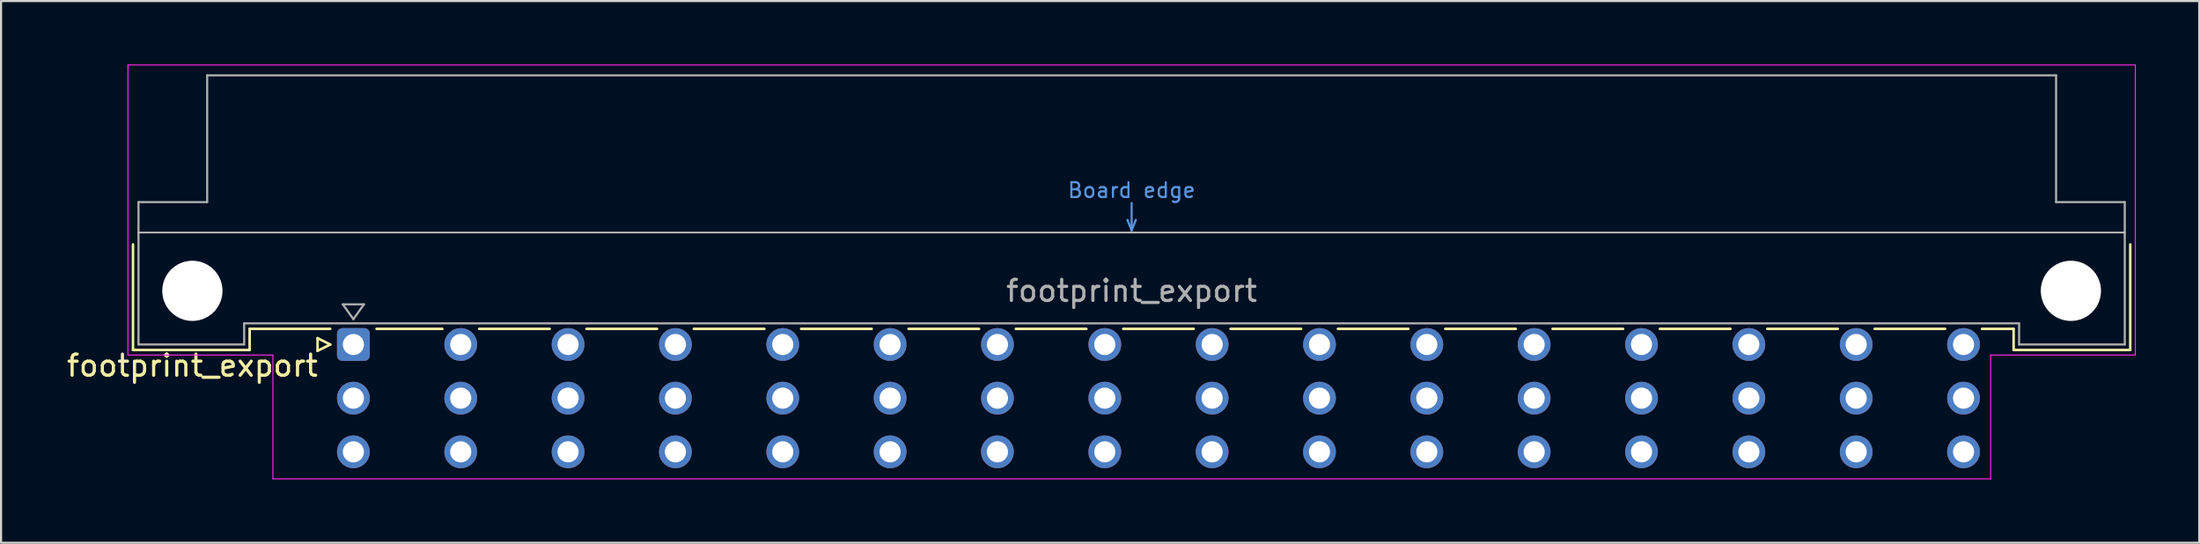
<source format=kicad_pcb>
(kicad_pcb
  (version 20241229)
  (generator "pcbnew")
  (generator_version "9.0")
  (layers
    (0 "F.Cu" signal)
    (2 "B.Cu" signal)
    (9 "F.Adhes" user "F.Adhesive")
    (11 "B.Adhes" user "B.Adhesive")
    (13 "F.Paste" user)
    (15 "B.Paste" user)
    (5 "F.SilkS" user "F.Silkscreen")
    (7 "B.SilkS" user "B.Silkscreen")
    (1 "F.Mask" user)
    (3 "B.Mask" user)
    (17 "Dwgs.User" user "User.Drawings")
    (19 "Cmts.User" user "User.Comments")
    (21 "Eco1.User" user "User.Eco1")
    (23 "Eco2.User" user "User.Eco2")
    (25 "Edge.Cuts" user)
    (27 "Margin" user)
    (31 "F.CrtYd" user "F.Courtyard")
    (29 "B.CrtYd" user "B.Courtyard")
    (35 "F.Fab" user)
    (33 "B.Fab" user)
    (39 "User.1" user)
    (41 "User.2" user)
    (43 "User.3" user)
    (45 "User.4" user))
  (footprint "footprint_export"
    (layer "F.Cu")
    (at 11.134 13.255)
    (property "Reference" "footprint_export" (at -5.08 1 0) (layer "F.SilkS") (effects (font (size 1 1) (thickness 0.15))))
    (attr through_hole)
    (fp_line (start -7.89 -4.74) (end -7.89 0.26) (stroke (width 0.12) (type solid)) (layer "F.SilkS"))
    (fp_line (start -7.89 0.26) (end -2.37 0.26) (stroke (width 0.12) (type solid)) (layer "F.SilkS"))
    (fp_line (start -2.371 -0.74) (end 1.445 -0.74) (stroke (width 0.12) (type solid)) (layer "F.SilkS"))
    (fp_line (start -2.37 0.26) (end -2.37 -0.74) (stroke (width 0.12) (type solid)) (layer "F.SilkS"))
    (fp_line (start 0.845 -0.3) (end 0.845 0.3) (stroke (width 0.12) (type solid)) (layer "F.SilkS"))
    (fp_line (start 0.845 0.3) (end 1.445 0) (stroke (width 0.12) (type solid)) (layer "F.SilkS"))
    (fp_line (start 1.445 0) (end 0.845 -0.3) (stroke (width 0.12) (type solid)) (layer "F.SilkS"))
    (fp_line (start 3.635 -0.74) (end 6.751 -0.74) (stroke (width 0.12) (type solid)) (layer "F.SilkS"))
    (fp_line (start 8.49 -0.74) (end 11.831 -0.74) (stroke (width 0.12) (type solid)) (layer "F.SilkS"))
    (fp_line (start 13.57 -0.74) (end 16.911 -0.74) (stroke (width 0.12) (type solid)) (layer "F.SilkS"))
    (fp_line (start 18.65 -0.74) (end 21.991 -0.74) (stroke (width 0.12) (type solid)) (layer "F.SilkS"))
    (fp_line (start 23.73 -0.74) (end 27.071 -0.74) (stroke (width 0.12) (type solid)) (layer "F.SilkS"))
    (fp_line (start 28.81 -0.74) (end 32.151 -0.74) (stroke (width 0.12) (type solid)) (layer "F.SilkS"))
    (fp_line (start 33.89 -0.74) (end 37.231 -0.74) (stroke (width 0.12) (type solid)) (layer "F.SilkS"))
    (fp_line (start 38.97 -0.74) (end 42.311 -0.74) (stroke (width 0.12) (type solid)) (layer "F.SilkS"))
    (fp_line (start 44.05 -0.74) (end 47.391 -0.74) (stroke (width 0.12) (type solid)) (layer "F.SilkS"))
    (fp_line (start 49.13 -0.74) (end 52.471 -0.74) (stroke (width 0.12) (type solid)) (layer "F.SilkS"))
    (fp_line (start 54.21 -0.74) (end 57.551 -0.74) (stroke (width 0.12) (type solid)) (layer "F.SilkS"))
    (fp_line (start 59.29 -0.74) (end 62.631 -0.74) (stroke (width 0.12) (type solid)) (layer "F.SilkS"))
    (fp_line (start 64.37 -0.74) (end 67.711 -0.74) (stroke (width 0.12) (type solid)) (layer "F.SilkS"))
    (fp_line (start 69.45 -0.74) (end 72.791 -0.74) (stroke (width 0.12) (type solid)) (layer "F.SilkS"))
    (fp_line (start 74.53 -0.74) (end 77.871 -0.74) (stroke (width 0.12) (type solid)) (layer "F.SilkS"))
    (fp_line (start 79.61 -0.74) (end 81.11 -0.74) (stroke (width 0.12) (type solid)) (layer "F.SilkS"))
    (fp_line (start 81.11 0.26) (end 81.11 -0.74) (stroke (width 0.12) (type solid)) (layer "F.SilkS"))
    (fp_line (start 86.63 -4.74) (end 86.63 0.26) (stroke (width 0.12) (type solid)) (layer "F.SilkS"))
    (fp_line (start 86.63 0.26) (end 81.11 0.26) (stroke (width 0.12) (type solid)) (layer "F.SilkS"))
    (fp_line (start -7.63 -5.3) (end 86.37 -5.3) (stroke (width 0.08) (type solid)) (layer "Dwgs.User"))
    (fp_line (start 39.17 -5.9) (end 39.37 -5.4) (stroke (width 0.1) (type solid)) (layer "Cmts.User"))
    (fp_line (start 39.37 -5.4) (end 39.37 -6.7) (stroke (width 0.1) (type solid)) (layer "Cmts.User"))
    (fp_line (start 39.37 -5.4) (end 39.57 -5.9) (stroke (width 0.1) (type solid)) (layer "Cmts.User"))
    (fp_line (start -8.13 -13.23) (end -8.13 0.5) (stroke (width 0.05) (type solid)) (layer "F.CrtYd"))
    (fp_line (start -8.13 0.5) (end -1.27 0.5) (stroke (width 0.05) (type solid)) (layer "F.CrtYd"))
    (fp_line (start -1.27 0.5) (end -1.27 6.36) (stroke (width 0.05) (type solid)) (layer "F.CrtYd"))
    (fp_line (start -1.27 6.36) (end 80.02 6.36) (stroke (width 0.05) (type solid)) (layer "F.CrtYd"))
    (fp_line (start 80.02 0.5) (end 86.87 0.5) (stroke (width 0.05) (type solid)) (layer "F.CrtYd"))
    (fp_line (start 80.02 6.36) (end 80.02 0.5) (stroke (width 0.05) (type solid)) (layer "F.CrtYd"))
    (fp_line (start 86.87 -13.23) (end -8.13 -13.23) (stroke (width 0.05) (type solid)) (layer "F.CrtYd"))
    (fp_line (start 86.87 0.5) (end 86.87 -13.23) (stroke (width 0.05) (type solid)) (layer "F.CrtYd"))
    (fp_line (start -7.63 -6.74) (end -7.63 0) (stroke (width 0.1) (type solid)) (layer "F.Fab"))
    (fp_line (start -7.63 0) (end -2.63 0) (stroke (width 0.1) (type solid)) (layer "F.Fab"))
    (fp_line (start -4.38 -12.74) (end -4.38 -6.74) (stroke (width 0.1) (type solid)) (layer "F.Fab"))
    (fp_line (start -4.38 -6.74) (end -7.63 -6.74) (stroke (width 0.1) (type solid)) (layer "F.Fab"))
    (fp_line (start -2.63 -1) (end 81.37 -1) (stroke (width 0.1) (type solid)) (layer "F.Fab"))
    (fp_line (start -2.63 0) (end -2.63 -1) (stroke (width 0.1) (type solid)) (layer "F.Fab"))
    (fp_line (start 2.04 -1.9) (end 3.04 -1.9) (stroke (width 0.1) (type solid)) (layer "F.Fab"))
    (fp_line (start 2.54 -1.2) (end 2.04 -1.9) (stroke (width 0.1) (type solid)) (layer "F.Fab"))
    (fp_line (start 3.04 -1.9) (end 2.54 -1.2) (stroke (width 0.1) (type solid)) (layer "F.Fab"))
    (fp_line (start 81.37 -1) (end 81.37 0) (stroke (width 0.1) (type solid)) (layer "F.Fab"))
    (fp_line (start 81.37 0) (end 86.37 0) (stroke (width 0.1) (type solid)) (layer "F.Fab"))
    (fp_line (start 83.12 -12.74) (end -4.38 -12.74) (stroke (width 0.1) (type solid)) (layer "F.Fab"))
    (fp_line (start 83.12 -6.74) (end 83.12 -12.74) (stroke (width 0.1) (type solid)) (layer "F.Fab"))
    (fp_line (start 86.37 -6.74) (end 83.12 -6.74) (stroke (width 0.1) (type solid)) (layer "F.Fab"))
    (fp_line (start 86.37 0) (end 86.37 -6.74) (stroke (width 0.1) (type solid)) (layer "F.Fab"))
    (fp_text user "Board edge" (at 39.37 -7.3 0) (layer "Cmts.User") (effects (font (size 0.7 0.7) (thickness 0.1))))
    (fp_text user "${REFERENCE}" (at 39.37 -2.54 0) (layer "F.Fab") (effects (font (size 1 1) (thickness 0.15))))
    (pad "" np_thru_hole circle (at -5.08 -2.54) (size 2.85 2.85) (drill 2.85) (layers "*.Cu" "*.Mask"))
    (pad "" np_thru_hole circle (at 83.82 -2.54) (size 2.85 2.85) (drill 2.85) (layers "*.Cu" "*.Mask"))
    (pad "a2" thru_hole roundrect (at 2.54 0) (size 1.55 1.55) (drill 1) (layers "*.Cu" "*.Mask") (roundrect_rratio 0.161))
    (pad "a4" thru_hole circle (at 7.62 0) (size 1.55 1.55) (drill 1) (layers "*.Cu" "*.Mask"))
    (pad "a6" thru_hole circle (at 12.7 0) (size 1.55 1.55) (drill 1) (layers "*.Cu" "*.Mask"))
    (pad "a8" thru_hole circle (at 17.78 0) (size 1.55 1.55) (drill 1) (layers "*.Cu" "*.Mask"))
    (pad "a10" thru_hole circle (at 22.86 0) (size 1.55 1.55) (drill 1) (layers "*.Cu" "*.Mask"))
    (pad "a12" thru_hole circle (at 27.94 0) (size 1.55 1.55) (drill 1) (layers "*.Cu" "*.Mask"))
    (pad "a14" thru_hole circle (at 33.02 0) (size 1.55 1.55) (drill 1) (layers "*.Cu" "*.Mask"))
    (pad "a16" thru_hole circle (at 38.1 0) (size 1.55 1.55) (drill 1) (layers "*.Cu" "*.Mask"))
    (pad "a18" thru_hole circle (at 43.18 0) (size 1.55 1.55) (drill 1) (layers "*.Cu" "*.Mask"))
    (pad "a20" thru_hole circle (at 48.26 0) (size 1.55 1.55) (drill 1) (layers "*.Cu" "*.Mask"))
    (pad "a22" thru_hole circle (at 53.34 0) (size 1.55 1.55) (drill 1) (layers "*.Cu" "*.Mask"))
    (pad "a24" thru_hole circle (at 58.42 0) (size 1.55 1.55) (drill 1) (layers "*.Cu" "*.Mask"))
    (pad "a26" thru_hole circle (at 63.5 0) (size 1.55 1.55) (drill 1) (layers "*.Cu" "*.Mask"))
    (pad "a28" thru_hole circle (at 68.58 0) (size 1.55 1.55) (drill 1) (layers "*.Cu" "*.Mask"))
    (pad "a30" thru_hole circle (at 73.66 0) (size 1.55 1.55) (drill 1) (layers "*.Cu" "*.Mask"))
    (pad "a32" thru_hole circle (at 78.74 0) (size 1.55 1.55) (drill 1) (layers "*.Cu" "*.Mask"))
    (pad "b2" thru_hole circle (at 2.54 2.54) (size 1.55 1.55) (drill 1) (layers "*.Cu" "*.Mask"))
    (pad "b4" thru_hole circle (at 7.62 2.54) (size 1.55 1.55) (drill 1) (layers "*.Cu" "*.Mask"))
    (pad "b6" thru_hole circle (at 12.7 2.54) (size 1.55 1.55) (drill 1) (layers "*.Cu" "*.Mask"))
    (pad "b8" thru_hole circle (at 17.78 2.54) (size 1.55 1.55) (drill 1) (layers "*.Cu" "*.Mask"))
    (pad "b10" thru_hole circle (at 22.86 2.54) (size 1.55 1.55) (drill 1) (layers "*.Cu" "*.Mask"))
    (pad "b12" thru_hole circle (at 27.94 2.54) (size 1.55 1.55) (drill 1) (layers "*.Cu" "*.Mask"))
    (pad "b14" thru_hole circle (at 33.02 2.54) (size 1.55 1.55) (drill 1) (layers "*.Cu" "*.Mask"))
    (pad "b16" thru_hole circle (at 38.1 2.54) (size 1.55 1.55) (drill 1) (layers "*.Cu" "*.Mask"))
    (pad "b18" thru_hole circle (at 43.18 2.54) (size 1.55 1.55) (drill 1) (layers "*.Cu" "*.Mask"))
    (pad "b20" thru_hole circle (at 48.26 2.54) (size 1.55 1.55) (drill 1) (layers "*.Cu" "*.Mask"))
    (pad "b22" thru_hole circle (at 53.34 2.54) (size 1.55 1.55) (drill 1) (layers "*.Cu" "*.Mask"))
    (pad "b24" thru_hole circle (at 58.42 2.54) (size 1.55 1.55) (drill 1) (layers "*.Cu" "*.Mask"))
    (pad "b26" thru_hole circle (at 63.5 2.54) (size 1.55 1.55) (drill 1) (layers "*.Cu" "*.Mask"))
    (pad "b28" thru_hole circle (at 68.58 2.54) (size 1.55 1.55) (drill 1) (layers "*.Cu" "*.Mask"))
    (pad "b30" thru_hole circle (at 73.66 2.54) (size 1.55 1.55) (drill 1) (layers "*.Cu" "*.Mask"))
    (pad "b32" thru_hole circle (at 78.74 2.54) (size 1.55 1.55) (drill 1) (layers "*.Cu" "*.Mask"))
    (pad "c2" thru_hole circle (at 2.54 5.08) (size 1.55 1.55) (drill 1) (layers "*.Cu" "*.Mask"))
    (pad "c4" thru_hole circle (at 7.62 5.08) (size 1.55 1.55) (drill 1) (layers "*.Cu" "*.Mask"))
    (pad "c6" thru_hole circle (at 12.7 5.08) (size 1.55 1.55) (drill 1) (layers "*.Cu" "*.Mask"))
    (pad "c8" thru_hole circle (at 17.78 5.08) (size 1.55 1.55) (drill 1) (layers "*.Cu" "*.Mask"))
    (pad "c10" thru_hole circle (at 22.86 5.08) (size 1.55 1.55) (drill 1) (layers "*.Cu" "*.Mask"))
    (pad "c12" thru_hole circle (at 27.94 5.08) (size 1.55 1.55) (drill 1) (layers "*.Cu" "*.Mask"))
    (pad "c14" thru_hole circle (at 33.02 5.08) (size 1.55 1.55) (drill 1) (layers "*.Cu" "*.Mask"))
    (pad "c16" thru_hole circle (at 38.1 5.08) (size 1.55 1.55) (drill 1) (layers "*.Cu" "*.Mask"))
    (pad "c18" thru_hole circle (at 43.18 5.08) (size 1.55 1.55) (drill 1) (layers "*.Cu" "*.Mask"))
    (pad "c20" thru_hole circle (at 48.26 5.08) (size 1.55 1.55) (drill 1) (layers "*.Cu" "*.Mask"))
    (pad "c22" thru_hole circle (at 53.34 5.08) (size 1.55 1.55) (drill 1) (layers "*.Cu" "*.Mask"))
    (pad "c24" thru_hole circle (at 58.42 5.08) (size 1.55 1.55) (drill 1) (layers "*.Cu" "*.Mask"))
    (pad "c26" thru_hole circle (at 63.5 5.08) (size 1.55 1.55) (drill 1) (layers "*.Cu" "*.Mask"))
    (pad "c28" thru_hole circle (at 68.58 5.08) (size 1.55 1.55) (drill 1) (layers "*.Cu" "*.Mask"))
    (pad "c30" thru_hole circle (at 73.66 5.08) (size 1.55 1.55) (drill 1) (layers "*.Cu" "*.Mask"))
    (pad "c32" thru_hole circle (at 78.74 5.08) (size 1.55 1.55) (drill 1) (layers "*.Cu" "*.Mask")))
  (gr_rect
    (start -3 -3)
    (end 101.029 22.64)
    (stroke (width 0.1) (type default))
    (fill no)
    (layer "Edge.Cuts")))
</source>
